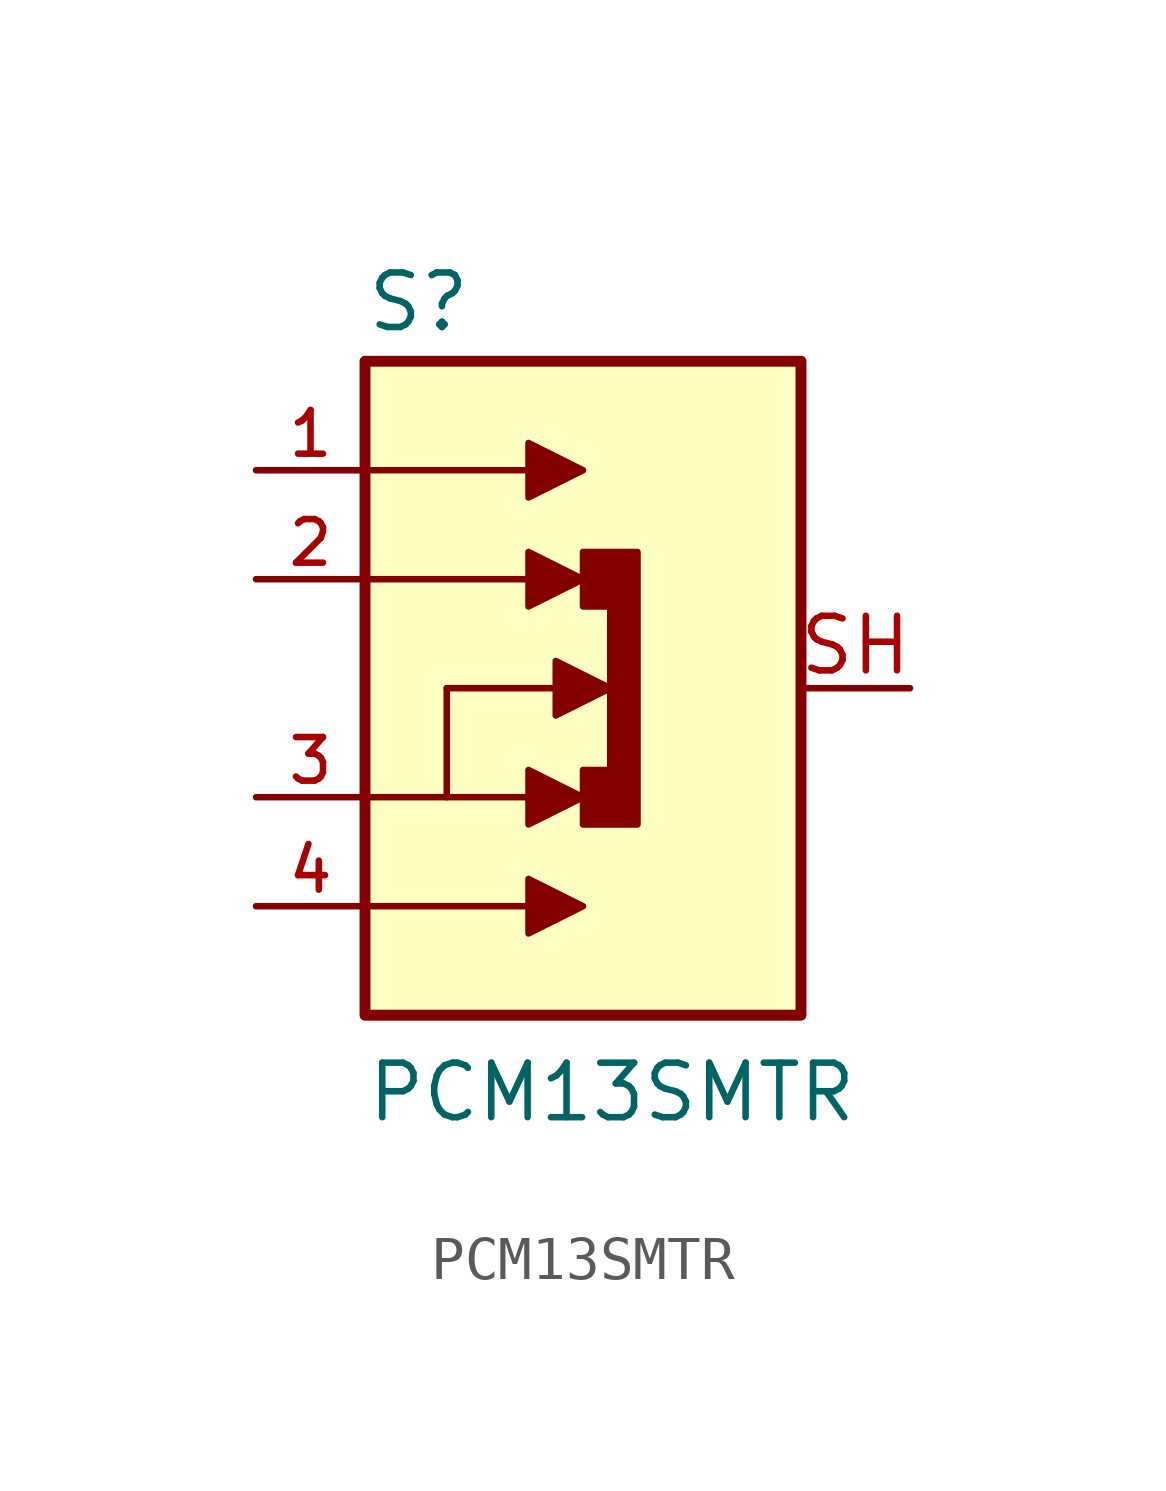
<source format=kicad_sym>
(kicad_symbol_lib
  (version 20241209)
  (generator "kicad_symbol_editor")
  (generator_version "9.0")
  (symbol "PCM13SMTR"
    (pin_names
      (offset 1.016))
    (property "Reference" "S"
      (at -5.08 8.255 0)
      (effects (font (size 1.27 1.27)) (justify left bottom)))
    (property "Value" "PCM13SMTR"
      (at -5.08 -10.16 0)
      (effects (font (size 1.27 1.27)) (justify left bottom)))
    (symbol "PCM13SMTR_0_0"
      (polyline (pts (xy -5.08 5.08) (xy -1.27 5.08)) (stroke (width 0.152) (type default)) (fill (type none)))
      (polyline (pts (xy -5.08 2.54) (xy -1.27 2.54)) (stroke (width 0.152) (type default)) (fill (type none)))
      (polyline (pts (xy -5.08 -2.54) (xy -1.27 -2.54)) (stroke (width 0.152) (type default)) (fill (type none)))
      (polyline (pts (xy -5.08 -5.08) (xy -1.27 -5.08)) (stroke (width 0.152) (type default)) (fill (type none)))
      (rectangle (start -5.08 -7.62) (end 5.08 7.62) (stroke (width 0.254) (type default)) (fill (type background)))
      (polyline (pts (xy -3.175 0) (xy -3.175 -2.54)) (stroke (width 0.152) (type default)) (fill (type none)))
      (polyline (pts (xy -3.175 0) (xy -0.635 0)) (stroke (width 0.152) (type default)) (fill (type none)))
      (polyline (pts (xy -1.27 5.715) (xy -1.27 4.445) (xy 0 5.08) (xy -1.27 5.715)) (stroke (width 0.152) (type default)) (fill (type outline)))
      (polyline (pts (xy -1.27 3.175) (xy -1.27 1.905) (xy 0 2.54) (xy -1.27 3.175)) (stroke (width 0.152) (type default)) (fill (type outline)))
      (polyline (pts (xy -1.27 -1.905) (xy -1.27 -3.175) (xy 0 -2.54) (xy -1.27 -1.905)) (stroke (width 0.152) (type default)) (fill (type outline)))
      (polyline (pts (xy -1.27 -4.445) (xy -1.27 -5.715) (xy 0 -5.08) (xy -1.27 -4.445)) (stroke (width 0.152) (type default)) (fill (type outline)))
      (polyline (pts (xy -0.635 0.635) (xy -0.635 -0.635) (xy 0.635 0) (xy -0.635 0.635)) (stroke (width 0.152) (type default)) (fill (type outline)))
      (polyline (pts (xy 0 1.905) (xy 0 3.175) (xy 1.27 3.175) (xy 1.27 -3.175) (xy 0 -3.175) (xy 0 -1.905) (xy 0.635 -1.905) (xy 0.635 1.905) (xy 0 1.905)) (stroke (width 0.152) (type default)) (fill (type outline)))
      (pin passive line (at -7.62 5.08 0) (length 2.54) (name "~" (effects (font (size 1.016 1.016)))) (number "1" (effects (font (size 1.016 1.016)))))
      (pin passive line (at -7.62 2.54 0) (length 2.54) (name "~" (effects (font (size 1.016 1.016)))) (number "2" (effects (font (size 1.016 1.016)))))
      (pin passive line (at -7.62 -2.54 0) (length 2.54) (name "~" (effects (font (size 1.016 1.016)))) (number "3" (effects (font (size 1.016 1.016)))))
      (pin passive line (at -7.62 -5.08 0) (length 2.54) (name "~" (effects (font (size 1.016 1.016)))) (number "4" (effects (font (size 1.016 1.016))))))
    (symbol "PCM13SMTR_1_0"
      (pin passive line (at 7.62 0 180) (length 2.54) (hide yes) (name "" (effects (font (size 1.27 1.27)))) (number "SH2" (effects (font (size 1.27 1.27))))))
    (symbol "PCM13SMTR_1_1"
      (pin passive line (at 7.62 0 180) (length 2.54) (name "" (effects (font (size 1.27 1.27)))) (number "SH" (effects (font (size 1.27 1.27)))))
      (pin passive line (at 7.62 0 180) (length 2.54) (hide yes) (name "" (effects (font (size 1.27 1.27)))) (number "SH1" (effects (font (size 1.27 1.27)))))
      (pin passive line (at 7.62 0 180) (length 2.54) (hide yes) (name "" (effects (font (size 1.27 1.27)))) (number "SH3" (effects (font (size 1.27 1.27))))))))
</source>
